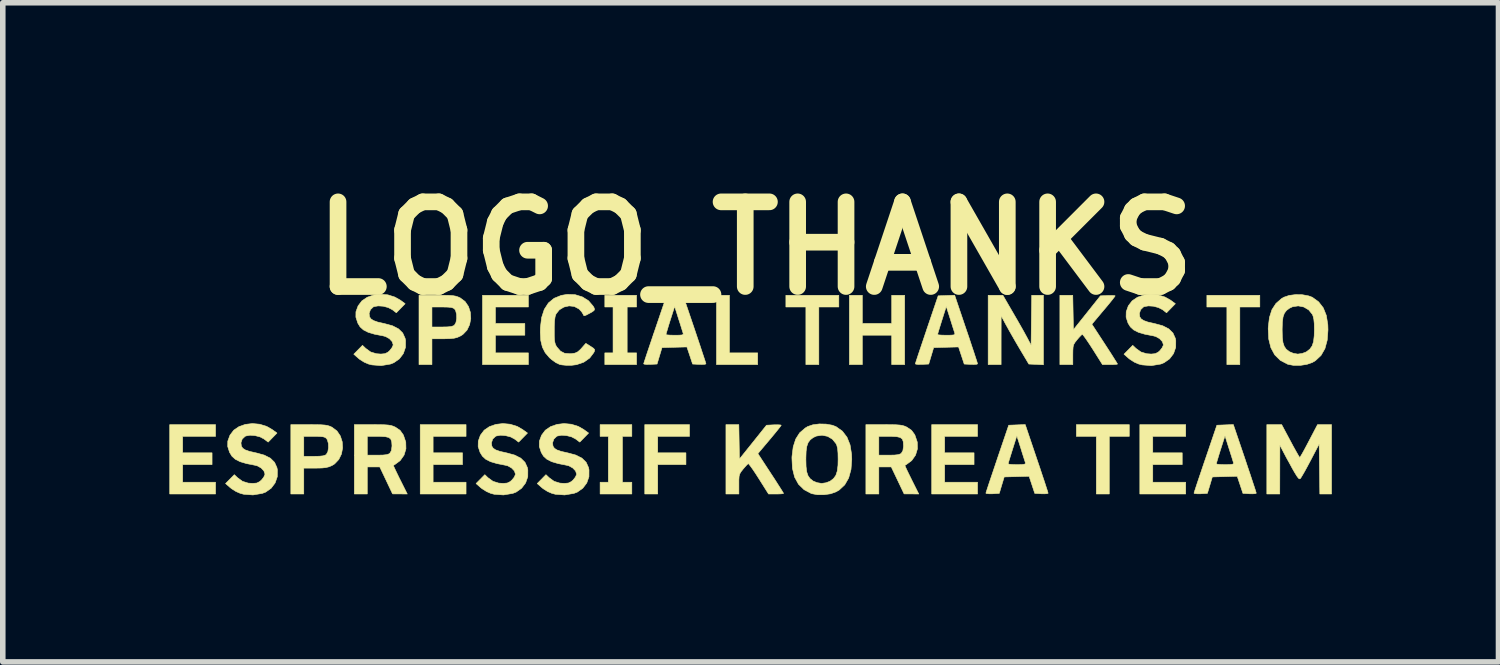
<source format=kicad_pcb>
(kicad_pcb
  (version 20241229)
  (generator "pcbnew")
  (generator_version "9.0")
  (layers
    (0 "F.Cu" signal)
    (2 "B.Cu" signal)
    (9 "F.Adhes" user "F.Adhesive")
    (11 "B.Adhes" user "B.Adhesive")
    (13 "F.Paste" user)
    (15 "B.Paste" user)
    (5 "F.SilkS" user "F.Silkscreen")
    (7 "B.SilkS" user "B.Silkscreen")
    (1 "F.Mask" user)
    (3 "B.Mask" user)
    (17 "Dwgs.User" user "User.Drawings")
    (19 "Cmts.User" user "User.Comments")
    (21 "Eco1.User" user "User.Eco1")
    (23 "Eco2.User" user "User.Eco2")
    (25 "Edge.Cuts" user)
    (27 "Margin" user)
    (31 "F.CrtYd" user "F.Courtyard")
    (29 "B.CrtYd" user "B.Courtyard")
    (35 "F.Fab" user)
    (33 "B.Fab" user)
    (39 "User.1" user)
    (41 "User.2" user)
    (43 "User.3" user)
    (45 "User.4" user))
  (footprint "LOGO_THANKS"
    (layer "F.Cu")
    (at 10.546 3.958)
    (property "Reference" "LOGO_THANKS" (at 0 -2.54 0) (layer "F.SilkS") (effects (font (size 1.524 1.524) (thickness 0.3))))
    (attr through_hole)
    (fp_poly (pts (xy -0.466 -0.656) (xy 0.042 -0.656) (xy 0.042 -0.445) (xy -0.699 -0.445) (xy -0.699 -1.693) (xy -0.466 -1.693) (xy -0.466 -0.656)) (stroke (width 0.01) (type solid)) (fill yes) (layer "F.SilkS"))
    (fp_poly (pts (xy 1.503 -1.482) (xy 1.143 -1.482) (xy 1.143 -0.445) (xy 0.91 -0.445) (xy 0.91 -1.482) (xy 0.55 -1.482) (xy 0.55 -1.693) (xy 1.503 -1.693) (xy 1.503 -1.482)) (stroke (width 0.01) (type solid)) (fill yes) (layer "F.SilkS"))
    (fp_poly (pts (xy 6.731 0.847) (xy 6.371 0.847) (xy 6.371 1.884) (xy 6.138 1.884) (xy 6.138 0.847) (xy 5.779 0.847) (xy 5.779 0.635) (xy 6.731 0.635) (xy 6.731 0.847)) (stroke (width 0.01) (type solid)) (fill yes) (layer "F.SilkS"))
    (fp_poly (pts (xy 9.081 -1.482) (xy 8.721 -1.482) (xy 8.721 -0.445) (xy 8.488 -0.445) (xy 8.488 -1.482) (xy 8.128 -1.482) (xy 8.128 -1.693) (xy 9.081 -1.693) (xy 9.081 -1.482)) (stroke (width 0.01) (type solid)) (fill yes) (layer "F.SilkS"))
    (fp_poly (pts (xy -1.185 0.847) (xy -1.757 0.847) (xy -1.757 1.143) (xy -1.249 1.143) (xy -1.249 1.355) (xy -1.757 1.355) (xy -1.757 1.884) (xy -1.99 1.884) (xy -1.99 0.635) (xy -1.185 0.635) (xy -1.185 0.847)) (stroke (width 0.01) (type solid)) (fill yes) (layer "F.SilkS"))
    (fp_poly (pts (xy -9.716 0.847) (xy -10.308 0.847) (xy -10.308 1.143) (xy -9.779 1.143) (xy -9.779 1.355) (xy -10.308 1.355) (xy -10.308 1.672) (xy -9.716 1.672) (xy -9.716 1.884) (xy -10.541 1.884) (xy -10.541 0.635) (xy -9.716 0.635) (xy -9.716 0.847)) (stroke (width 0.01) (type solid)) (fill yes) (layer "F.SilkS"))
    (fp_poly (pts (xy -5.207 0.847) (xy -5.8 0.847) (xy -5.8 1.143) (xy -5.271 1.143) (xy -5.271 1.355) (xy -5.8 1.355) (xy -5.8 1.672) (xy -5.207 1.672) (xy -5.207 1.884) (xy -6.032 1.884) (xy -6.032 0.635) (xy -5.207 0.635) (xy -5.207 0.847)) (stroke (width 0.01) (type solid)) (fill yes) (layer "F.SilkS"))
    (fp_poly (pts (xy -4.085 -1.482) (xy -4.678 -1.482) (xy -4.678 -1.185) (xy -4.149 -1.185) (xy -4.149 -0.974) (xy -4.678 -0.974) (xy -4.678 -0.656) (xy -4.085 -0.656) (xy -4.085 -0.445) (xy -4.911 -0.445) (xy -4.911 -1.693) (xy -4.085 -1.693) (xy -4.085 -1.482)) (stroke (width 0.01) (type solid)) (fill yes) (layer "F.SilkS"))
    (fp_poly (pts (xy -2.223 0.847) (xy -2.392 0.847) (xy -2.392 1.672) (xy -2.223 1.672) (xy -2.223 1.884) (xy -2.794 1.884) (xy -2.794 1.672) (xy -2.646 1.672) (xy -2.646 0.847) (xy -2.794 0.847) (xy -2.794 0.635) (xy -2.223 0.635) (xy -2.223 0.847)) (stroke (width 0.01) (type solid)) (fill yes) (layer "F.SilkS"))
    (fp_poly (pts (xy -2.138 -1.482) (xy -2.307 -1.482) (xy -2.307 -0.656) (xy -2.138 -0.656) (xy -2.138 -0.445) (xy -2.709 -0.445) (xy -2.709 -0.656) (xy -2.561 -0.656) (xy -2.561 -1.482) (xy -2.709 -1.482) (xy -2.709 -1.693) (xy -2.138 -1.693) (xy -2.138 -1.482)) (stroke (width 0.01) (type solid)) (fill yes) (layer "F.SilkS"))
    (fp_poly (pts (xy 1.926 -1.185) (xy 2.455 -1.185) (xy 2.455 -1.693) (xy 2.688 -1.693) (xy 2.688 -0.445) (xy 2.455 -0.445) (xy 2.455 -0.974) (xy 1.926 -0.974) (xy 1.926 -0.445) (xy 1.693 -0.445) (xy 1.693 -1.693) (xy 1.926 -1.693) (xy 1.926 -1.185)) (stroke (width 0.01) (type solid)) (fill yes) (layer "F.SilkS"))
    (fp_poly (pts (xy 4 0.847) (xy 3.408 0.847) (xy 3.408 1.143) (xy 3.937 1.143) (xy 3.937 1.355) (xy 3.408 1.355) (xy 3.408 1.672) (xy 4 1.672) (xy 4 1.884) (xy 3.175 1.884) (xy 3.175 0.635) (xy 4 0.635) (xy 4 0.847)) (stroke (width 0.01) (type solid)) (fill yes) (layer "F.SilkS"))
    (fp_poly (pts (xy 7.747 0.847) (xy 7.154 0.847) (xy 7.154 1.143) (xy 7.684 1.143) (xy 7.684 1.355) (xy 7.154 1.355) (xy 7.154 1.672) (xy 7.747 1.672) (xy 7.747 1.884) (xy 6.921 1.884) (xy 6.921 0.635) (xy 7.747 0.635) (xy 7.747 0.847)) (stroke (width 0.01) (type solid)) (fill yes) (layer "F.SilkS"))
    (fp_poly (pts (xy 5.186 -0.442) (xy 5.054 -0.449) (xy 4.923 -0.455) (xy 4.765 -0.72) (xy 4.699 -0.832) (xy 4.631 -0.95) (xy 4.569 -1.059) (xy 4.521 -1.146) (xy 4.516 -1.154) (xy 4.425 -1.323) (xy 4.424 -0.884) (xy 4.424 -0.445) (xy 4.191 -0.445) (xy 4.191 -1.693) (xy 4.323 -1.693) (xy 4.456 -1.693) (xy 4.649 -1.36) (xy 4.717 -1.243) (xy 4.781 -1.131) (xy 4.838 -1.03) (xy 4.881 -0.951) (xy 4.903 -0.91) (xy 4.964 -0.794) (xy 4.969 -1.244) (xy 4.975 -1.693) (xy 5.186 -1.693) (xy 5.186 -0.442)) (stroke (width 0.01) (type solid)) (fill yes) (layer "F.SilkS"))
    (fp_poly (pts (xy 9.632 0.931) (xy 9.686 1.032) (xy 9.734 1.118) (xy 9.771 1.183) (xy 9.794 1.22) (xy 9.8 1.227) (xy 9.813 1.209) (xy 9.842 1.16) (xy 9.883 1.086) (xy 9.932 0.994) (xy 9.965 0.931) (xy 10.12 0.635) (xy 10.372 0.635) (xy 10.372 1.884) (xy 10.161 1.884) (xy 10.155 1.434) (xy 10.149 0.984) (xy 9.994 1.281) (xy 9.939 1.384) (xy 9.889 1.476) (xy 9.847 1.548) (xy 9.819 1.594) (xy 9.811 1.606) (xy 9.796 1.612) (xy 9.776 1.6) (xy 9.748 1.562) (xy 9.707 1.496) (xy 9.667 1.426) (xy 9.614 1.328) (xy 9.561 1.233) (xy 9.518 1.151) (xy 9.497 1.111) (xy 9.442 1.005) (xy 9.441 1.445) (xy 9.44 1.884) (xy 9.207 1.884) (xy 9.207 0.635) (xy 9.474 0.635) (xy 9.632 0.931)) (stroke (width 0.01) (type solid)) (fill yes) (layer "F.SilkS"))
    (fp_poly (pts (xy -0.286 1.254) (xy -0.042 0.95) (xy 0.201 0.646) (xy 0.333 0.639) (xy 0.402 0.638) (xy 0.45 0.641) (xy 0.466 0.646) (xy 0.453 0.666) (xy 0.417 0.712) (xy 0.363 0.779) (xy 0.296 0.86) (xy 0.256 0.908) (xy 0.046 1.157) (xy 0.277 1.51) (xy 0.348 1.618) (xy 0.409 1.714) (xy 0.459 1.792) (xy 0.493 1.847) (xy 0.508 1.872) (xy 0.508 1.873) (xy 0.489 1.879) (xy 0.438 1.883) (xy 0.373 1.884) (xy 0.238 1.884) (xy 0.064 1.608) (xy 0.003 1.513) (xy -0.051 1.433) (xy -0.094 1.374) (xy -0.12 1.342) (xy -0.127 1.338) (xy -0.149 1.356) (xy -0.187 1.398) (xy -0.22 1.436) (xy -0.257 1.483) (xy -0.28 1.522) (xy -0.292 1.566) (xy -0.296 1.629) (xy -0.296 1.706) (xy -0.296 1.884) (xy -0.529 1.884) (xy -0.529 0.635) (xy -0.297 0.635) (xy -0.286 1.254)) (stroke (width 0.01) (type solid)) (fill yes) (layer "F.SilkS"))
    (fp_poly (pts (xy 5.72 -1.384) (xy 5.726 -1.074) (xy 5.969 -1.378) (xy 6.212 -1.683) (xy 6.345 -1.689) (xy 6.413 -1.69) (xy 6.461 -1.688) (xy 6.477 -1.682) (xy 6.464 -1.663) (xy 6.428 -1.616) (xy 6.375 -1.55) (xy 6.308 -1.469) (xy 6.267 -1.421) (xy 6.058 -1.172) (xy 6.289 -0.818) (xy 6.359 -0.71) (xy 6.421 -0.614) (xy 6.47 -0.536) (xy 6.504 -0.482) (xy 6.519 -0.456) (xy 6.519 -0.455) (xy 6.5 -0.45) (xy 6.45 -0.446) (xy 6.384 -0.445) (xy 6.249 -0.445) (xy 6.075 -0.721) (xy 6.014 -0.815) (xy 5.96 -0.895) (xy 5.918 -0.954) (xy 5.891 -0.986) (xy 5.884 -0.99) (xy 5.863 -0.972) (xy 5.824 -0.931) (xy 5.791 -0.892) (xy 5.754 -0.845) (xy 5.731 -0.806) (xy 5.72 -0.762) (xy 5.716 -0.7) (xy 5.715 -0.622) (xy 5.715 -0.445) (xy 5.482 -0.445) (xy 5.482 -1.693) (xy 5.714 -1.693) (xy 5.72 -1.384)) (stroke (width 0.01) (type solid)) (fill yes) (layer "F.SilkS"))
    (fp_poly (pts (xy -7.91 0.636) (xy -7.818 0.638) (xy -7.75 0.643) (xy -7.701 0.651) (xy -7.66 0.664) (xy -7.62 0.682) (xy -7.619 0.683) (xy -7.531 0.749) (xy -7.47 0.839) (xy -7.436 0.944) (xy -7.429 1.055) (xy -7.45 1.165) (xy -7.498 1.263) (xy -7.573 1.342) (xy -7.619 1.371) (xy -7.673 1.394) (xy -7.729 1.408) (xy -7.801 1.416) (xy -7.9 1.418) (xy -7.921 1.418) (xy -8.128 1.418) (xy -8.128 1.884) (xy -8.361 1.884) (xy -8.361 0.847) (xy -8.128 0.847) (xy -8.128 1.206) (xy -7.944 1.206) (xy -7.846 1.204) (xy -7.78 1.197) (xy -7.738 1.183) (xy -7.722 1.171) (xy -7.695 1.124) (xy -7.683 1.053) (xy -7.685 0.976) (xy -7.703 0.911) (xy -7.719 0.885) (xy -7.743 0.866) (xy -7.781 0.854) (xy -7.842 0.848) (xy -7.935 0.847) (xy -7.941 0.847) (xy -8.128 0.847) (xy -8.361 0.847) (xy -8.361 0.635) (xy -8.037 0.635) (xy -7.91 0.636)) (stroke (width 0.01) (type solid)) (fill yes) (layer "F.SilkS"))
    (fp_poly (pts (xy -5.603 -1.693) (xy -5.51 -1.691) (xy -5.443 -1.686) (xy -5.393 -1.677) (xy -5.353 -1.664) (xy -5.312 -1.646) (xy -5.312 -1.646) (xy -5.224 -1.58) (xy -5.163 -1.49) (xy -5.129 -1.385) (xy -5.122 -1.273) (xy -5.143 -1.164) (xy -5.19 -1.065) (xy -5.265 -0.987) (xy -5.312 -0.958) (xy -5.366 -0.934) (xy -5.422 -0.92) (xy -5.494 -0.913) (xy -5.593 -0.91) (xy -5.614 -0.91) (xy -5.821 -0.91) (xy -5.821 -0.445) (xy -6.054 -0.445) (xy -6.054 -1.482) (xy -5.821 -1.482) (xy -5.821 -1.122) (xy -5.637 -1.122) (xy -5.538 -1.124) (xy -5.473 -1.131) (xy -5.431 -1.145) (xy -5.415 -1.157) (xy -5.388 -1.205) (xy -5.376 -1.275) (xy -5.378 -1.352) (xy -5.395 -1.418) (xy -5.411 -1.443) (xy -5.436 -1.462) (xy -5.474 -1.474) (xy -5.535 -1.48) (xy -5.628 -1.482) (xy -5.634 -1.482) (xy -5.821 -1.482) (xy -6.054 -1.482) (xy -6.054 -1.693) (xy -5.73 -1.693) (xy -5.603 -1.693)) (stroke (width 0.01) (type solid)) (fill yes) (layer "F.SilkS"))
    (fp_poly (pts (xy -6.767 0.636) (xy -6.675 0.638) (xy -6.607 0.643) (xy -6.558 0.651) (xy -6.517 0.664) (xy -6.477 0.682) (xy -6.476 0.683) (xy -6.395 0.738) (xy -6.339 0.816) (xy -6.334 0.825) (xy -6.292 0.949) (xy -6.289 1.071) (xy -6.323 1.184) (xy -6.392 1.282) (xy -6.493 1.357) (xy -6.515 1.368) (xy -6.509 1.387) (xy -6.486 1.437) (xy -6.451 1.51) (xy -6.407 1.601) (xy -6.393 1.628) (xy -6.265 1.884) (xy -6.397 1.883) (xy -6.53 1.882) (xy -6.76 1.397) (xy -6.985 1.397) (xy -6.985 1.884) (xy -7.218 1.884) (xy -7.218 0.847) (xy -6.985 0.847) (xy -6.985 1.185) (xy -6.801 1.185) (xy -6.703 1.183) (xy -6.637 1.176) (xy -6.595 1.162) (xy -6.579 1.15) (xy -6.551 1.104) (xy -6.541 1.029) (xy -6.54 1.014) (xy -6.545 0.943) (xy -6.562 0.896) (xy -6.598 0.867) (xy -6.661 0.852) (xy -6.757 0.847) (xy -6.796 0.847) (xy -6.985 0.847) (xy -7.218 0.847) (xy -7.218 0.635) (xy -6.894 0.635) (xy -6.767 0.636)) (stroke (width 0.01) (type solid)) (fill yes) (layer "F.SilkS"))
    (fp_poly (pts (xy 2.44 0.636) (xy 2.533 0.638) (xy 2.6 0.643) (xy 2.65 0.651) (xy 2.691 0.664) (xy 2.731 0.682) (xy 2.731 0.683) (xy 2.812 0.738) (xy 2.869 0.816) (xy 2.873 0.825) (xy 2.915 0.949) (xy 2.918 1.071) (xy 2.884 1.184) (xy 2.815 1.282) (xy 2.714 1.357) (xy 2.692 1.368) (xy 2.699 1.387) (xy 2.721 1.437) (xy 2.756 1.51) (xy 2.801 1.601) (xy 2.814 1.628) (xy 2.942 1.884) (xy 2.81 1.883) (xy 2.678 1.882) (xy 2.447 1.397) (xy 2.223 1.397) (xy 2.223 1.884) (xy 1.99 1.884) (xy 1.99 0.847) (xy 2.223 0.847) (xy 2.223 1.185) (xy 2.406 1.185) (xy 2.505 1.183) (xy 2.571 1.176) (xy 2.612 1.162) (xy 2.628 1.15) (xy 2.656 1.104) (xy 2.667 1.029) (xy 2.667 1.014) (xy 2.663 0.943) (xy 2.646 0.896) (xy 2.609 0.867) (xy 2.546 0.852) (xy 2.45 0.847) (xy 2.411 0.847) (xy 2.223 0.847) (xy 1.99 0.847) (xy 1.99 0.635) (xy 2.313 0.635) (xy 2.44 0.636)) (stroke (width 0.01) (type solid)) (fill yes) (layer "F.SilkS"))
    (fp_poly (pts (xy -1.095 -1.084) (xy -1.044 -0.932) (xy -0.997 -0.792) (xy -0.957 -0.67) (xy -0.924 -0.571) (xy -0.901 -0.501) (xy -0.89 -0.463) (xy -0.889 -0.458) (xy -0.908 -0.451) (xy -0.958 -0.448) (xy -1.009 -0.449) (xy -1.129 -0.455) (xy -1.18 -0.609) (xy -1.232 -0.763) (xy -1.456 -0.757) (xy -1.68 -0.751) (xy -1.769 -0.455) (xy -1.89 -0.449) (xy -1.955 -0.448) (xy -1.998 -0.453) (xy -2.01 -0.459) (xy -2.003 -0.483) (xy -1.984 -0.541) (xy -1.955 -0.63) (xy -1.917 -0.743) (xy -1.872 -0.876) (xy -1.835 -0.986) (xy -1.609 -0.986) (xy -1.589 -0.98) (xy -1.538 -0.976) (xy -1.465 -0.974) (xy -1.448 -0.974) (xy -1.367 -0.975) (xy -1.32 -0.979) (xy -1.3 -0.989) (xy -1.298 -1.005) (xy -1.3 -1.011) (xy -1.311 -1.045) (xy -1.331 -1.11) (xy -1.358 -1.196) (xy -1.382 -1.27) (xy -1.452 -1.492) (xy -1.531 -1.246) (xy -1.561 -1.15) (xy -1.585 -1.069) (xy -1.602 -1.012) (xy -1.609 -0.986) (xy -1.609 -0.986) (xy -1.835 -0.986) (xy -1.822 -1.024) (xy -1.803 -1.079) (xy -1.598 -1.683) (xy -1.302 -1.694) (xy -1.095 -1.084)) (stroke (width 0.01) (type solid)) (fill yes) (layer "F.SilkS"))
    (fp_poly (pts (xy 3.794 -1.084) (xy 3.846 -0.932) (xy 3.892 -0.792) (xy 3.933 -0.67) (xy 3.965 -0.571) (xy 3.988 -0.501) (xy 3.999 -0.463) (xy 4 -0.458) (xy 3.981 -0.451) (xy 3.932 -0.448) (xy 3.88 -0.449) (xy 3.76 -0.455) (xy 3.709 -0.609) (xy 3.658 -0.763) (xy 3.434 -0.757) (xy 3.21 -0.751) (xy 3.121 -0.455) (xy 3 -0.449) (xy 2.935 -0.448) (xy 2.891 -0.453) (xy 2.88 -0.459) (xy 2.887 -0.483) (xy 2.906 -0.541) (xy 2.935 -0.63) (xy 2.973 -0.743) (xy 3.018 -0.876) (xy 3.055 -0.986) (xy 3.281 -0.986) (xy 3.3 -0.98) (xy 3.352 -0.976) (xy 3.425 -0.974) (xy 3.441 -0.974) (xy 3.522 -0.975) (xy 3.569 -0.979) (xy 3.589 -0.989) (xy 3.591 -1.005) (xy 3.59 -1.011) (xy 3.579 -1.045) (xy 3.558 -1.11) (xy 3.531 -1.196) (xy 3.508 -1.27) (xy 3.437 -1.492) (xy 3.359 -1.246) (xy 3.329 -1.15) (xy 3.304 -1.069) (xy 3.287 -1.012) (xy 3.281 -0.986) (xy 3.281 -0.986) (xy 3.055 -0.986) (xy 3.068 -1.024) (xy 3.086 -1.079) (xy 3.291 -1.683) (xy 3.588 -1.694) (xy 3.794 -1.084)) (stroke (width 0.01) (type solid)) (fill yes) (layer "F.SilkS"))
    (fp_poly (pts (xy 5.064 1.244) (xy 5.116 1.397) (xy 5.162 1.536) (xy 5.203 1.658) (xy 5.235 1.757) (xy 5.258 1.828) (xy 5.269 1.865) (xy 5.271 1.87) (xy 5.251 1.878) (xy 5.202 1.881) (xy 5.15 1.88) (xy 5.03 1.873) (xy 4.979 1.719) (xy 4.928 1.565) (xy 4.704 1.571) (xy 4.48 1.577) (xy 4.435 1.725) (xy 4.391 1.873) (xy 4.27 1.88) (xy 4.205 1.88) (xy 4.161 1.876) (xy 4.15 1.869) (xy 4.157 1.845) (xy 4.176 1.787) (xy 4.205 1.698) (xy 4.243 1.585) (xy 4.288 1.452) (xy 4.325 1.342) (xy 4.551 1.342) (xy 4.57 1.348) (xy 4.622 1.353) (xy 4.695 1.355) (xy 4.711 1.355) (xy 4.792 1.354) (xy 4.839 1.349) (xy 4.859 1.34) (xy 4.861 1.323) (xy 4.86 1.318) (xy 4.849 1.283) (xy 4.828 1.218) (xy 4.801 1.133) (xy 4.778 1.058) (xy 4.707 0.836) (xy 4.629 1.083) (xy 4.599 1.179) (xy 4.574 1.259) (xy 4.557 1.316) (xy 4.551 1.342) (xy 4.551 1.342) (xy 4.325 1.342) (xy 4.338 1.304) (xy 4.356 1.249) (xy 4.561 0.646) (xy 4.71 0.64) (xy 4.858 0.634) (xy 5.064 1.244)) (stroke (width 0.01) (type solid)) (fill yes) (layer "F.SilkS"))
    (fp_poly (pts (xy 8.811 1.244) (xy 8.862 1.397) (xy 8.909 1.536) (xy 8.949 1.658) (xy 8.982 1.757) (xy 9.005 1.828) (xy 9.016 1.865) (xy 9.017 1.87) (xy 8.998 1.878) (xy 8.948 1.881) (xy 8.897 1.88) (xy 8.777 1.873) (xy 8.726 1.719) (xy 8.674 1.565) (xy 8.45 1.571) (xy 8.226 1.577) (xy 8.182 1.725) (xy 8.137 1.873) (xy 8.016 1.88) (xy 7.951 1.88) (xy 7.908 1.876) (xy 7.896 1.869) (xy 7.903 1.845) (xy 7.922 1.787) (xy 7.951 1.698) (xy 7.989 1.585) (xy 8.034 1.452) (xy 8.071 1.342) (xy 8.297 1.342) (xy 8.317 1.348) (xy 8.368 1.353) (xy 8.441 1.355) (xy 8.458 1.355) (xy 8.539 1.354) (xy 8.586 1.349) (xy 8.606 1.34) (xy 8.608 1.323) (xy 8.606 1.318) (xy 8.595 1.283) (xy 8.575 1.218) (xy 8.548 1.133) (xy 8.524 1.058) (xy 8.454 0.836) (xy 8.375 1.083) (xy 8.345 1.179) (xy 8.321 1.259) (xy 8.304 1.316) (xy 8.297 1.342) (xy 8.297 1.342) (xy 8.071 1.342) (xy 8.084 1.304) (xy 8.103 1.249) (xy 8.308 0.646) (xy 8.456 0.64) (xy 8.604 0.634) (xy 8.811 1.244)) (stroke (width 0.01) (type solid)) (fill yes) (layer "F.SilkS"))
    (fp_poly (pts (xy -8.922 0.628) (xy -8.796 0.667) (xy -8.697 0.724) (xy -8.61 0.787) (xy -8.769 0.95) (xy -8.842 0.895) (xy -8.915 0.856) (xy -9.005 0.833) (xy -9.096 0.826) (xy -9.171 0.84) (xy -9.184 0.846) (xy -9.236 0.895) (xy -9.259 0.963) (xy -9.251 1.023) (xy -9.226 1.061) (xy -9.18 1.091) (xy -9.105 1.117) (xy -8.995 1.142) (xy -8.985 1.144) (xy -8.839 1.184) (xy -8.729 1.24) (xy -8.654 1.314) (xy -8.611 1.409) (xy -8.603 1.45) (xy -8.605 1.573) (xy -8.644 1.685) (xy -8.715 1.78) (xy -8.814 1.85) (xy -8.875 1.873) (xy -9.042 1.901) (xy -9.208 1.889) (xy -9.272 1.872) (xy -9.348 1.839) (xy -9.426 1.79) (xy -9.452 1.769) (xy -9.536 1.696) (xy -9.378 1.536) (xy -9.319 1.592) (xy -9.231 1.656) (xy -9.128 1.688) (xy -9.046 1.693) (xy -8.974 1.687) (xy -8.922 1.661) (xy -8.888 1.631) (xy -8.849 1.582) (xy -8.828 1.534) (xy -8.826 1.525) (xy -8.846 1.468) (xy -8.895 1.416) (xy -8.965 1.377) (xy -9.009 1.366) (xy -9.161 1.336) (xy -9.275 1.302) (xy -9.36 1.259) (xy -9.421 1.204) (xy -9.463 1.135) (xy -9.464 1.134) (xy -9.497 1.03) (xy -9.496 0.933) (xy -9.458 0.829) (xy -9.456 0.825) (xy -9.389 0.736) (xy -9.294 0.671) (xy -9.18 0.631) (xy -9.053 0.616) (xy -8.922 0.628)) (stroke (width 0.01) (type solid)) (fill yes) (layer "F.SilkS"))
    (fp_poly (pts (xy -4.414 0.628) (xy -4.287 0.667) (xy -4.189 0.724) (xy -4.101 0.787) (xy -4.261 0.95) (xy -4.333 0.895) (xy -4.406 0.856) (xy -4.497 0.833) (xy -4.587 0.826) (xy -4.663 0.84) (xy -4.676 0.846) (xy -4.727 0.895) (xy -4.75 0.963) (xy -4.743 1.023) (xy -4.718 1.061) (xy -4.672 1.091) (xy -4.597 1.117) (xy -4.486 1.142) (xy -4.477 1.144) (xy -4.33 1.184) (xy -4.221 1.24) (xy -4.146 1.314) (xy -4.103 1.409) (xy -4.095 1.45) (xy -4.096 1.573) (xy -4.135 1.685) (xy -4.207 1.78) (xy -4.306 1.85) (xy -4.366 1.873) (xy -4.533 1.901) (xy -4.7 1.889) (xy -4.764 1.872) (xy -4.839 1.839) (xy -4.917 1.79) (xy -4.944 1.769) (xy -5.027 1.696) (xy -4.869 1.536) (xy -4.811 1.592) (xy -4.722 1.656) (xy -4.619 1.688) (xy -4.537 1.693) (xy -4.466 1.687) (xy -4.413 1.661) (xy -4.38 1.631) (xy -4.34 1.582) (xy -4.319 1.534) (xy -4.318 1.525) (xy -4.337 1.468) (xy -4.387 1.416) (xy -4.456 1.377) (xy -4.501 1.366) (xy -4.652 1.336) (xy -4.767 1.302) (xy -4.852 1.259) (xy -4.912 1.204) (xy -4.955 1.135) (xy -4.955 1.134) (xy -4.989 1.03) (xy -4.987 0.933) (xy -4.95 0.829) (xy -4.948 0.825) (xy -4.881 0.736) (xy -4.786 0.671) (xy -4.671 0.631) (xy -4.544 0.616) (xy -4.414 0.628)) (stroke (width 0.01) (type solid)) (fill yes) (layer "F.SilkS"))
    (fp_poly (pts (xy -3.244 -1.704) (xy -3.114 -1.664) (xy -3.003 -1.595) (xy -2.92 -1.498) (xy -2.903 -1.469) (xy -2.894 -1.441) (xy -2.904 -1.418) (xy -2.942 -1.391) (xy -2.984 -1.368) (xy -3.043 -1.337) (xy -3.075 -1.325) (xy -3.091 -1.331) (xy -3.1 -1.353) (xy -3.125 -1.394) (xy -3.168 -1.441) (xy -3.178 -1.449) (xy -3.259 -1.492) (xy -3.352 -1.502) (xy -3.445 -1.481) (xy -3.527 -1.432) (xy -3.587 -1.357) (xy -3.604 -1.307) (xy -3.614 -1.234) (xy -3.619 -1.128) (xy -3.619 -1.063) (xy -3.619 -0.957) (xy -3.615 -0.884) (xy -3.606 -0.833) (xy -3.592 -0.794) (xy -3.571 -0.76) (xy -3.507 -0.687) (xy -3.433 -0.649) (xy -3.337 -0.641) (xy -3.313 -0.642) (xy -3.246 -0.652) (xy -3.198 -0.674) (xy -3.149 -0.717) (xy -3.129 -0.739) (xy -3.051 -0.828) (xy -2.964 -0.773) (xy -2.913 -0.739) (xy -2.892 -0.715) (xy -2.895 -0.688) (xy -2.908 -0.661) (xy -2.982 -0.563) (xy -3.087 -0.489) (xy -3.217 -0.444) (xy -3.312 -0.432) (xy -3.398 -0.432) (xy -3.481 -0.44) (xy -3.522 -0.448) (xy -3.588 -0.479) (xy -3.664 -0.533) (xy -3.705 -0.569) (xy -3.782 -0.659) (xy -3.833 -0.759) (xy -3.862 -0.878) (xy -3.871 -1.025) (xy -3.869 -1.109) (xy -3.847 -1.291) (xy -3.799 -1.439) (xy -3.724 -1.555) (xy -3.622 -1.639) (xy -3.493 -1.691) (xy -3.386 -1.709) (xy -3.244 -1.704)) (stroke (width 0.01) (type solid)) (fill yes) (layer "F.SilkS"))
    (fp_poly (pts (xy -6.615 -1.701) (xy -6.489 -1.661) (xy -6.39 -1.605) (xy -6.303 -1.541) (xy -6.382 -1.46) (xy -6.462 -1.378) (xy -6.535 -1.434) (xy -6.608 -1.472) (xy -6.698 -1.496) (xy -6.789 -1.502) (xy -6.864 -1.489) (xy -6.877 -1.483) (xy -6.928 -1.434) (xy -6.952 -1.366) (xy -6.944 -1.305) (xy -6.919 -1.268) (xy -6.873 -1.238) (xy -6.798 -1.211) (xy -6.688 -1.186) (xy -6.678 -1.184) (xy -6.531 -1.144) (xy -6.422 -1.088) (xy -6.347 -1.014) (xy -6.304 -0.919) (xy -6.296 -0.879) (xy -6.297 -0.756) (xy -6.336 -0.643) (xy -6.408 -0.548) (xy -6.507 -0.479) (xy -6.568 -0.455) (xy -6.734 -0.427) (xy -6.901 -0.44) (xy -6.965 -0.456) (xy -7.041 -0.489) (xy -7.119 -0.538) (xy -7.145 -0.559) (xy -7.228 -0.632) (xy -7.071 -0.792) (xy -7.012 -0.736) (xy -6.924 -0.672) (xy -6.82 -0.641) (xy -6.739 -0.635) (xy -6.667 -0.642) (xy -6.615 -0.667) (xy -6.581 -0.697) (xy -6.542 -0.747) (xy -6.52 -0.794) (xy -6.519 -0.804) (xy -6.538 -0.86) (xy -6.588 -0.913) (xy -6.658 -0.951) (xy -6.702 -0.963) (xy -6.853 -0.992) (xy -6.968 -1.026) (xy -7.053 -1.069) (xy -7.114 -1.124) (xy -7.156 -1.193) (xy -7.156 -1.194) (xy -7.19 -1.299) (xy -7.189 -1.396) (xy -7.151 -1.5) (xy -7.149 -1.504) (xy -7.082 -1.592) (xy -6.987 -1.657) (xy -6.872 -1.697) (xy -6.746 -1.712) (xy -6.615 -1.701)) (stroke (width 0.01) (type solid)) (fill yes) (layer "F.SilkS"))
    (fp_poly (pts (xy -3.313 0.628) (xy -3.187 0.667) (xy -3.088 0.724) (xy -3.001 0.787) (xy -3.08 0.868) (xy -3.16 0.95) (xy -3.233 0.895) (xy -3.306 0.856) (xy -3.396 0.833) (xy -3.487 0.826) (xy -3.562 0.84) (xy -3.575 0.846) (xy -3.626 0.895) (xy -3.65 0.963) (xy -3.642 1.023) (xy -3.617 1.061) (xy -3.571 1.091) (xy -3.496 1.117) (xy -3.386 1.142) (xy -3.376 1.144) (xy -3.229 1.184) (xy -3.12 1.24) (xy -3.045 1.314) (xy -3.002 1.409) (xy -2.994 1.45) (xy -2.995 1.573) (xy -3.034 1.685) (xy -3.106 1.78) (xy -3.205 1.85) (xy -3.266 1.873) (xy -3.432 1.901) (xy -3.599 1.889) (xy -3.663 1.872) (xy -3.739 1.839) (xy -3.817 1.79) (xy -3.843 1.769) (xy -3.926 1.696) (xy -3.769 1.536) (xy -3.71 1.592) (xy -3.622 1.656) (xy -3.518 1.688) (xy -3.437 1.693) (xy -3.365 1.687) (xy -3.313 1.661) (xy -3.279 1.631) (xy -3.24 1.582) (xy -3.218 1.534) (xy -3.217 1.525) (xy -3.236 1.468) (xy -3.286 1.416) (xy -3.356 1.377) (xy -3.4 1.366) (xy -3.551 1.336) (xy -3.666 1.302) (xy -3.751 1.259) (xy -3.812 1.204) (xy -3.854 1.135) (xy -3.854 1.134) (xy -3.888 1.03) (xy -3.887 0.933) (xy -3.849 0.829) (xy -3.847 0.825) (xy -3.78 0.736) (xy -3.685 0.671) (xy -3.57 0.631) (xy -3.444 0.616) (xy -3.313 0.628)) (stroke (width 0.01) (type solid)) (fill yes) (layer "F.SilkS"))
    (fp_poly (pts (xy 1.274 0.626) (xy 1.386 0.646) (xy 1.453 0.672) (xy 1.567 0.753) (xy 1.65 0.862) (xy 1.705 0.999) (xy 1.732 1.166) (xy 1.736 1.259) (xy 1.722 1.443) (xy 1.68 1.596) (xy 1.61 1.718) (xy 1.511 1.811) (xy 1.453 1.845) (xy 1.355 1.88) (xy 1.237 1.897) (xy 1.118 1.897) (xy 1.016 1.878) (xy 1.007 1.875) (xy 0.877 1.806) (xy 0.777 1.708) (xy 0.707 1.58) (xy 0.668 1.422) (xy 0.66 1.259) (xy 0.91 1.259) (xy 0.913 1.389) (xy 0.925 1.485) (xy 0.948 1.554) (xy 0.984 1.606) (xy 1.037 1.648) (xy 1.043 1.652) (xy 1.112 1.68) (xy 1.189 1.693) (xy 1.196 1.693) (xy 1.272 1.682) (xy 1.343 1.655) (xy 1.348 1.652) (xy 1.408 1.606) (xy 1.45 1.548) (xy 1.475 1.471) (xy 1.488 1.366) (xy 1.49 1.259) (xy 1.488 1.147) (xy 1.481 1.067) (xy 1.467 1.009) (xy 1.453 0.978) (xy 1.388 0.898) (xy 1.301 0.846) (xy 1.201 0.826) (xy 1.1 0.841) (xy 1.043 0.867) (xy 0.989 0.908) (xy 0.951 0.958) (xy 0.927 1.025) (xy 0.914 1.118) (xy 0.91 1.243) (xy 0.91 1.259) (xy 0.66 1.259) (xy 0.659 1.236) (xy 0.66 1.209) (xy 0.682 1.035) (xy 0.727 0.895) (xy 0.798 0.783) (xy 0.898 0.697) (xy 0.942 0.67) (xy 1.036 0.638) (xy 1.152 0.623) (xy 1.274 0.626)) (stroke (width 0.01) (type solid)) (fill yes) (layer "F.SilkS"))
    (fp_poly (pts (xy 7.249 -1.701) (xy 7.375 -1.661) (xy 7.474 -1.605) (xy 7.561 -1.541) (xy 7.482 -1.46) (xy 7.402 -1.378) (xy 7.33 -1.434) (xy 7.256 -1.472) (xy 7.166 -1.496) (xy 7.075 -1.502) (xy 7 -1.489) (xy 6.987 -1.483) (xy 6.936 -1.434) (xy 6.913 -1.366) (xy 6.92 -1.305) (xy 6.945 -1.268) (xy 6.991 -1.238) (xy 7.066 -1.211) (xy 7.176 -1.186) (xy 7.186 -1.184) (xy 7.333 -1.144) (xy 7.442 -1.088) (xy 7.517 -1.014) (xy 7.56 -0.919) (xy 7.568 -0.879) (xy 7.567 -0.756) (xy 7.528 -0.643) (xy 7.456 -0.548) (xy 7.357 -0.479) (xy 7.297 -0.455) (xy 7.13 -0.427) (xy 6.963 -0.44) (xy 6.899 -0.456) (xy 6.823 -0.489) (xy 6.746 -0.538) (xy 6.719 -0.559) (xy 6.636 -0.632) (xy 6.793 -0.792) (xy 6.852 -0.736) (xy 6.941 -0.672) (xy 7.044 -0.641) (xy 7.126 -0.635) (xy 7.197 -0.642) (xy 7.249 -0.667) (xy 7.283 -0.697) (xy 7.322 -0.747) (xy 7.344 -0.794) (xy 7.345 -0.804) (xy 7.326 -0.86) (xy 7.276 -0.913) (xy 7.207 -0.951) (xy 7.162 -0.963) (xy 7.011 -0.992) (xy 6.896 -1.026) (xy 6.811 -1.069) (xy 6.751 -1.124) (xy 6.708 -1.193) (xy 6.708 -1.194) (xy 6.674 -1.299) (xy 6.676 -1.396) (xy 6.713 -1.5) (xy 6.715 -1.504) (xy 6.782 -1.592) (xy 6.877 -1.657) (xy 6.992 -1.697) (xy 7.118 -1.712) (xy 7.249 -1.701)) (stroke (width 0.01) (type solid)) (fill yes) (layer "F.SilkS"))
    (fp_poly (pts (xy 9.846 -1.703) (xy 9.959 -1.682) (xy 10.026 -1.657) (xy 10.139 -1.575) (xy 10.223 -1.467) (xy 10.278 -1.33) (xy 10.305 -1.162) (xy 10.308 -1.069) (xy 10.294 -0.885) (xy 10.253 -0.733) (xy 10.183 -0.611) (xy 10.084 -0.518) (xy 10.026 -0.483) (xy 9.927 -0.449) (xy 9.809 -0.431) (xy 9.69 -0.431) (xy 9.588 -0.45) (xy 9.579 -0.454) (xy 9.449 -0.522) (xy 9.349 -0.621) (xy 9.28 -0.749) (xy 9.241 -0.906) (xy 9.233 -1.069) (xy 9.483 -1.069) (xy 9.486 -0.939) (xy 9.497 -0.844) (xy 9.52 -0.774) (xy 9.556 -0.722) (xy 9.609 -0.681) (xy 9.616 -0.676) (xy 9.685 -0.648) (xy 9.761 -0.635) (xy 9.768 -0.635) (xy 9.844 -0.646) (xy 9.915 -0.673) (xy 9.921 -0.676) (xy 9.981 -0.723) (xy 10.022 -0.78) (xy 10.048 -0.858) (xy 10.06 -0.962) (xy 10.063 -1.069) (xy 10.061 -1.182) (xy 10.053 -1.262) (xy 10.039 -1.32) (xy 10.026 -1.35) (xy 9.961 -1.43) (xy 9.873 -1.482) (xy 9.773 -1.502) (xy 9.672 -1.487) (xy 9.616 -1.461) (xy 9.561 -1.42) (xy 9.523 -1.37) (xy 9.499 -1.303) (xy 9.487 -1.211) (xy 9.483 -1.085) (xy 9.483 -1.069) (xy 9.233 -1.069) (xy 9.232 -1.093) (xy 9.233 -1.12) (xy 9.254 -1.293) (xy 9.299 -1.434) (xy 9.371 -1.545) (xy 9.47 -1.632) (xy 9.514 -1.658) (xy 9.608 -1.69) (xy 9.724 -1.705) (xy 9.846 -1.703)) (stroke (width 0.01) (type solid)) (fill yes) (layer "F.SilkS")))
  (gr_rect
    (start -3 -3)
    (end 23.923 8.864)
    (stroke (width 0.1) (type default))
    (fill no)
    (layer "Edge.Cuts")))
</source>
